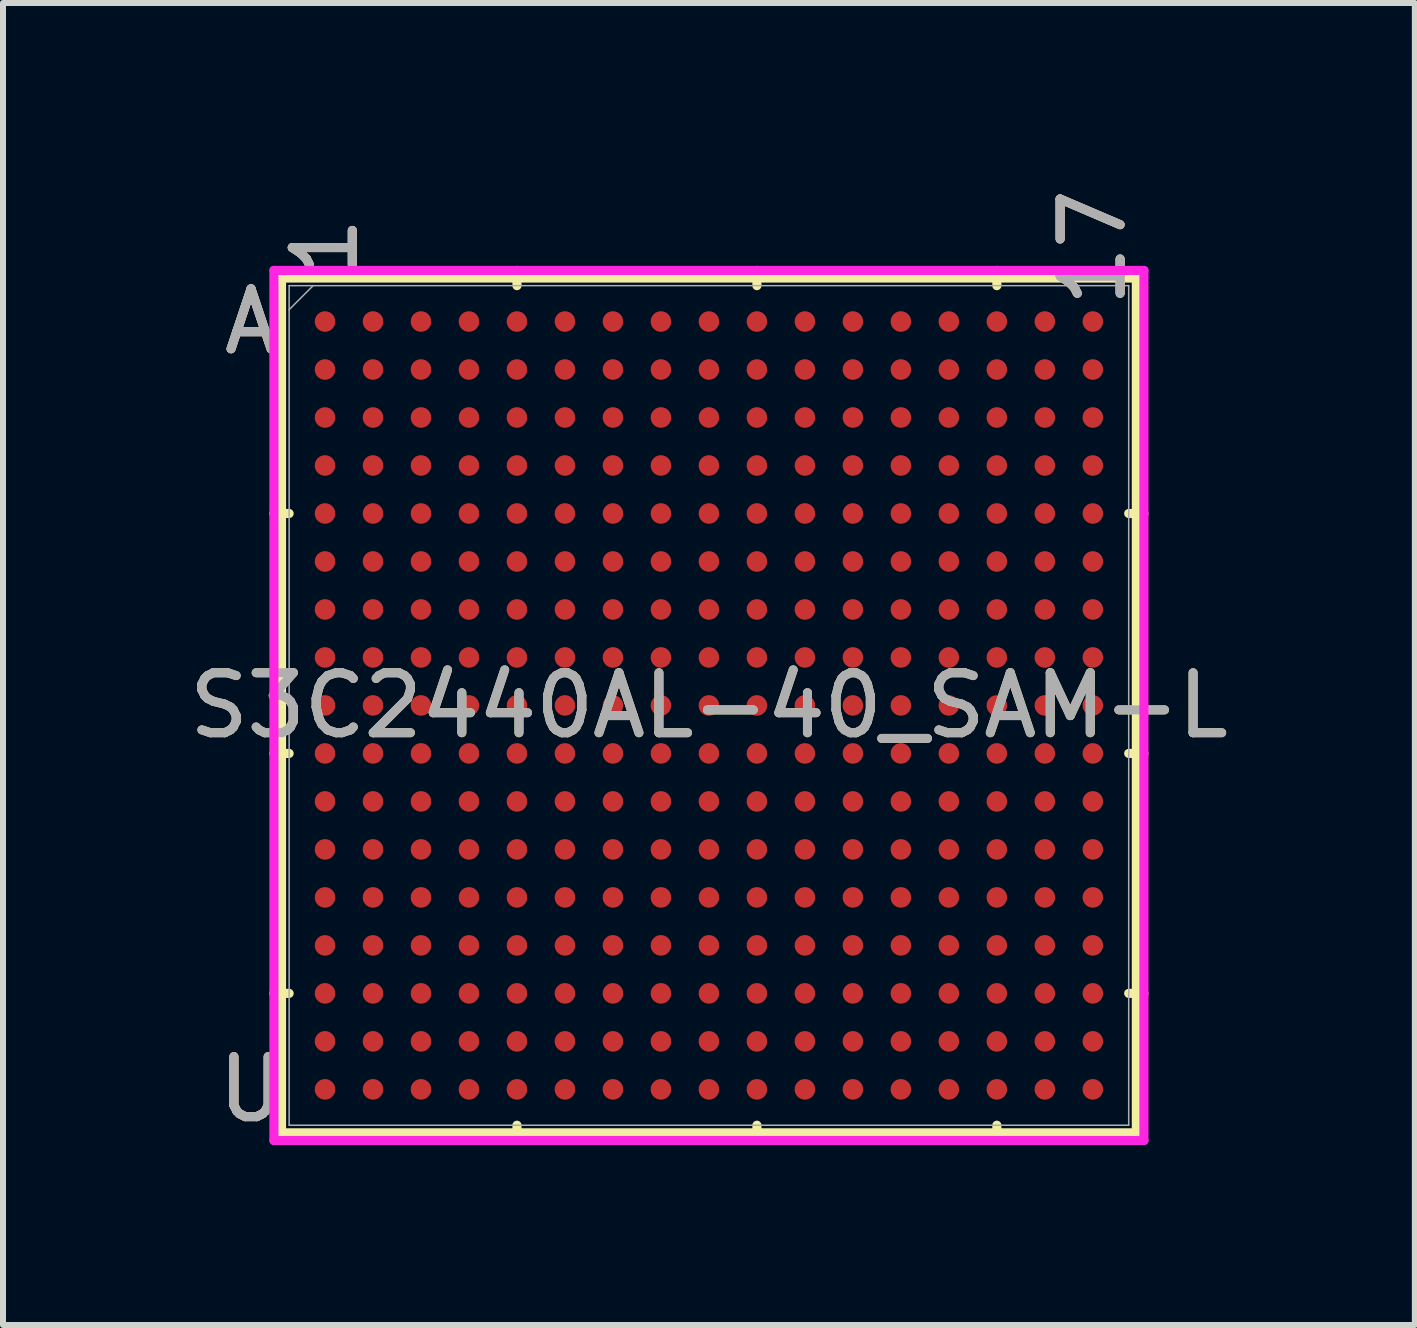
<source format=kicad_pcb>
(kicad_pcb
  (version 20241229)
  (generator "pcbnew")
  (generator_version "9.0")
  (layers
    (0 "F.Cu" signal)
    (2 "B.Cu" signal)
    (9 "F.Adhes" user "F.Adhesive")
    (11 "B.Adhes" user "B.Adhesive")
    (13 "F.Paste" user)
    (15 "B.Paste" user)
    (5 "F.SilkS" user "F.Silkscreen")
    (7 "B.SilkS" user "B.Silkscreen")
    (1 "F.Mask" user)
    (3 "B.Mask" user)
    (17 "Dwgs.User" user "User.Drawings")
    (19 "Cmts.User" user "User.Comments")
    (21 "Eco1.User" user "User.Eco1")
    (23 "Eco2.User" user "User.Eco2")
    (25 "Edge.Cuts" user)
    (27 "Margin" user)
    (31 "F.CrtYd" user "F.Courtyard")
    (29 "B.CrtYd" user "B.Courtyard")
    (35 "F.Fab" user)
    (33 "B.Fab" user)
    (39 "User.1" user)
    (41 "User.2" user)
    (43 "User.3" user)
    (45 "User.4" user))
  (footprint "S3C2440AL-40_SAM-L"
    (layer "F.Cu")
    (at 8.768 8.71)
    (property "Reference" "S3C2440AL-40_SAM-L" (at 0 0 0) (unlocked yes) (layer "F.SilkS") (effects (font (size 1 1) (thickness 0.15))))
    (attr smd)
    (fp_line (start -7.125 -7.125) (end -7.125 7.125) (stroke (width 0.152) (type solid)) (layer "F.SilkS"))
    (fp_line (start -7.125 7.125) (end 7.125 7.125) (stroke (width 0.152) (type solid)) (layer "F.SilkS"))
    (fp_line (start -6.998 -3.2) (end -7.252 -3.2) (stroke (width 0.152) (type solid)) (layer "F.SilkS"))
    (fp_line (start -6.998 0.8) (end -7.252 0.8) (stroke (width 0.152) (type solid)) (layer "F.SilkS"))
    (fp_line (start -6.998 4.8) (end -7.252 4.8) (stroke (width 0.152) (type solid)) (layer "F.SilkS"))
    (fp_line (start -3.2 -6.998) (end -3.2 -7.252) (stroke (width 0.152) (type solid)) (layer "F.SilkS"))
    (fp_line (start -3.2 6.998) (end -3.2 7.252) (stroke (width 0.152) (type solid)) (layer "F.SilkS"))
    (fp_line (start 0.8 -6.998) (end 0.8 -7.252) (stroke (width 0.152) (type solid)) (layer "F.SilkS"))
    (fp_line (start 0.8 6.998) (end 0.8 7.252) (stroke (width 0.152) (type solid)) (layer "F.SilkS"))
    (fp_line (start 4.8 -6.998) (end 4.8 -7.252) (stroke (width 0.152) (type solid)) (layer "F.SilkS"))
    (fp_line (start 4.8 6.998) (end 4.8 7.252) (stroke (width 0.152) (type solid)) (layer "F.SilkS"))
    (fp_line (start 6.998 -3.2) (end 7.252 -3.2) (stroke (width 0.152) (type solid)) (layer "F.SilkS"))
    (fp_line (start 6.998 0.8) (end 7.252 0.8) (stroke (width 0.152) (type solid)) (layer "F.SilkS"))
    (fp_line (start 6.998 4.8) (end 7.252 4.8) (stroke (width 0.152) (type solid)) (layer "F.SilkS"))
    (fp_line (start 7.125 -7.125) (end -7.125 -7.125) (stroke (width 0.152) (type solid)) (layer "F.SilkS"))
    (fp_line (start 7.125 7.125) (end 7.125 -7.125) (stroke (width 0.152) (type solid)) (layer "F.SilkS"))
    (fp_poly (pts (xy -7.245 -7.245) (xy 7.245 -7.245) (xy 7.245 7.245) (xy -7.245 7.245)) (stroke (width 0.1) (type solid)) (fill no) (layer "Eco2.User"))
    (fp_line (start -7.252 -7.252) (end 7.252 -7.252) (stroke (width 0.152) (type solid)) (layer "F.CrtYd"))
    (fp_line (start -7.252 7.252) (end -7.252 -7.252) (stroke (width 0.152) (type solid)) (layer "F.CrtYd"))
    (fp_line (start 7.252 -7.252) (end 7.252 7.252) (stroke (width 0.152) (type solid)) (layer "F.CrtYd"))
    (fp_line (start 7.252 7.252) (end -7.252 7.252) (stroke (width 0.152) (type solid)) (layer "F.CrtYd"))
    (fp_line (start -6.998 -6.998) (end -6.998 6.998) (stroke (width 0.025) (type solid)) (layer "F.Fab"))
    (fp_line (start -6.998 6.998) (end 6.998 6.998) (stroke (width 0.025) (type solid)) (layer "F.Fab"))
    (fp_line (start -6.598 -6.998) (end -6.998 -6.598) (stroke (width 0.025) (type solid)) (layer "F.Fab"))
    (fp_line (start 6.998 -6.998) (end -6.998 -6.998) (stroke (width 0.025) (type solid)) (layer "F.Fab"))
    (fp_line (start 6.998 6.998) (end 6.998 -6.998) (stroke (width 0.025) (type solid)) (layer "F.Fab"))
    (fp_text user "17" (at 6.4 -7.633 90) (unlocked yes) (layer "F.SilkS") (effects (font (size 1 1) (thickness 0.15))))
    (fp_text user "U" (at -7.633 6.4 0) (unlocked yes) (layer "F.SilkS") (effects (font (size 1 1) (thickness 0.15))))
    (fp_text user "1" (at -6.4 -7.633 90) (unlocked yes) (layer "F.SilkS") (effects (font (size 1 1) (thickness 0.15))))
    (fp_text user "A" (at -7.633 -6.4 0) (unlocked yes) (layer "F.SilkS") (effects (font (size 1 1) (thickness 0.15))))
    (fp_text user "U" (at -7.633 6.4 0) (unlocked yes) (layer "B.SilkS") (effects (font (size 1 1) (thickness 0.15))))
    (fp_text user "A" (at -7.633 -6.4 0) (unlocked yes) (layer "B.SilkS") (effects (font (size 1 1) (thickness 0.15))))
    (fp_text user "1" (at -6.4 -7.633 90) (unlocked yes) (layer "B.SilkS") (effects (font (size 1 1) (thickness 0.15))))
    (fp_text user "17" (at 6.4 -7.633 90) (unlocked yes) (layer "B.SilkS") (effects (font (size 1 1) (thickness 0.15))))
    (fp_text user "A" (at -7.633 -6.4 0) (unlocked yes) (layer "F.Fab") (effects (font (size 1 1) (thickness 0.15))))
    (fp_text user "U" (at -7.633 6.4 0) (unlocked yes) (layer "F.Fab") (effects (font (size 1 1) (thickness 0.15))))
    (fp_text user "${REFERENCE}" (at 0 0 0) (unlocked yes) (layer "F.Fab") (effects (font (size 1 1) (thickness 0.15))))
    (fp_text user "1" (at -6.4 -7.633 90) (unlocked yes) (layer "F.Fab") (effects (font (size 1 1) (thickness 0.15))))
    (fp_text user "17" (at 6.4 -7.633 90) (unlocked yes) (layer "F.Fab") (effects (font (size 1 1) (thickness 0.15))))
    (pad "A1" smd circle (at -6.4 -6.4) (size 0.343 0.343) (layers "F.Cu" "F.Mask" "F.Paste"))
    (pad "A2" smd circle (at -5.6 -6.4) (size 0.343 0.343) (layers "F.Cu" "F.Mask" "F.Paste"))
    (pad "A3" smd circle (at -4.8 -6.4) (size 0.343 0.343) (layers "F.Cu" "F.Mask" "F.Paste"))
    (pad "A4" smd circle (at -4 -6.4) (size 0.343 0.343) (layers "F.Cu" "F.Mask" "F.Paste"))
    (pad "A5" smd circle (at -3.2 -6.4) (size 0.343 0.343) (layers "F.Cu" "F.Mask" "F.Paste"))
    (pad "A6" smd circle (at -2.4 -6.4) (size 0.343 0.343) (layers "F.Cu" "F.Mask" "F.Paste"))
    (pad "A7" smd circle (at -1.6 -6.4) (size 0.343 0.343) (layers "F.Cu" "F.Mask" "F.Paste"))
    (pad "A8" smd circle (at -0.8 -6.4) (size 0.343 0.343) (layers "F.Cu" "F.Mask" "F.Paste"))
    (pad "A9" smd circle (at 0 -6.4) (size 0.343 0.343) (layers "F.Cu" "F.Mask" "F.Paste"))
    (pad "A10" smd circle (at 0.8 -6.4) (size 0.343 0.343) (layers "F.Cu" "F.Mask" "F.Paste"))
    (pad "A11" smd circle (at 1.6 -6.4) (size 0.343 0.343) (layers "F.Cu" "F.Mask" "F.Paste"))
    (pad "A12" smd circle (at 2.4 -6.4) (size 0.343 0.343) (layers "F.Cu" "F.Mask" "F.Paste"))
    (pad "A13" smd circle (at 3.2 -6.4) (size 0.343 0.343) (layers "F.Cu" "F.Mask" "F.Paste"))
    (pad "A14" smd circle (at 4 -6.4) (size 0.343 0.343) (layers "F.Cu" "F.Mask" "F.Paste"))
    (pad "A15" smd circle (at 4.8 -6.4) (size 0.343 0.343) (layers "F.Cu" "F.Mask" "F.Paste"))
    (pad "A16" smd circle (at 5.6 -6.4) (size 0.343 0.343) (layers "F.Cu" "F.Mask" "F.Paste"))
    (pad "A17" smd circle (at 6.4 -6.4) (size 0.343 0.343) (layers "F.Cu" "F.Mask" "F.Paste"))
    (pad "B1" smd circle (at -6.4 -5.6) (size 0.343 0.343) (layers "F.Cu" "F.Mask" "F.Paste"))
    (pad "B2" smd circle (at -5.6 -5.6) (size 0.343 0.343) (layers "F.Cu" "F.Mask" "F.Paste"))
    (pad "B3" smd circle (at -4.8 -5.6) (size 0.343 0.343) (layers "F.Cu" "F.Mask" "F.Paste"))
    (pad "B4" smd circle (at -4 -5.6) (size 0.343 0.343) (layers "F.Cu" "F.Mask" "F.Paste"))
    (pad "B5" smd circle (at -3.2 -5.6) (size 0.343 0.343) (layers "F.Cu" "F.Mask" "F.Paste"))
    (pad "B6" smd circle (at -2.4 -5.6) (size 0.343 0.343) (layers "F.Cu" "F.Mask" "F.Paste"))
    (pad "B7" smd circle (at -1.6 -5.6) (size 0.343 0.343) (layers "F.Cu" "F.Mask" "F.Paste"))
    (pad "B8" smd circle (at -0.8 -5.6) (size 0.343 0.343) (layers "F.Cu" "F.Mask" "F.Paste"))
    (pad "B9" smd circle (at 0 -5.6) (size 0.343 0.343) (layers "F.Cu" "F.Mask" "F.Paste"))
    (pad "B10" smd circle (at 0.8 -5.6) (size 0.343 0.343) (layers "F.Cu" "F.Mask" "F.Paste"))
    (pad "B11" smd circle (at 1.6 -5.6) (size 0.343 0.343) (layers "F.Cu" "F.Mask" "F.Paste"))
    (pad "B12" smd circle (at 2.4 -5.6) (size 0.343 0.343) (layers "F.Cu" "F.Mask" "F.Paste"))
    (pad "B13" smd circle (at 3.2 -5.6) (size 0.343 0.343) (layers "F.Cu" "F.Mask" "F.Paste"))
    (pad "B14" smd circle (at 4 -5.6) (size 0.343 0.343) (layers "F.Cu" "F.Mask" "F.Paste"))
    (pad "B15" smd circle (at 4.8 -5.6) (size 0.343 0.343) (layers "F.Cu" "F.Mask" "F.Paste"))
    (pad "B16" smd circle (at 5.6 -5.6) (size 0.343 0.343) (layers "F.Cu" "F.Mask" "F.Paste"))
    (pad "B17" smd circle (at 6.4 -5.6) (size 0.343 0.343) (layers "F.Cu" "F.Mask" "F.Paste"))
    (pad "C1" smd circle (at -6.4 -4.8) (size 0.343 0.343) (layers "F.Cu" "F.Mask" "F.Paste"))
    (pad "C2" smd circle (at -5.6 -4.8) (size 0.343 0.343) (layers "F.Cu" "F.Mask" "F.Paste"))
    (pad "C3" smd circle (at -4.8 -4.8) (size 0.343 0.343) (layers "F.Cu" "F.Mask" "F.Paste"))
    (pad "C4" smd circle (at -4 -4.8) (size 0.343 0.343) (layers "F.Cu" "F.Mask" "F.Paste"))
    (pad "C5" smd circle (at -3.2 -4.8) (size 0.343 0.343) (layers "F.Cu" "F.Mask" "F.Paste"))
    (pad "C6" smd circle (at -2.4 -4.8) (size 0.343 0.343) (layers "F.Cu" "F.Mask" "F.Paste"))
    (pad "C7" smd circle (at -1.6 -4.8) (size 0.343 0.343) (layers "F.Cu" "F.Mask" "F.Paste"))
    (pad "C8" smd circle (at -0.8 -4.8) (size 0.343 0.343) (layers "F.Cu" "F.Mask" "F.Paste"))
    (pad "C9" smd circle (at 0 -4.8) (size 0.343 0.343) (layers "F.Cu" "F.Mask" "F.Paste"))
    (pad "C10" smd circle (at 0.8 -4.8) (size 0.343 0.343) (layers "F.Cu" "F.Mask" "F.Paste"))
    (pad "C11" smd circle (at 1.6 -4.8) (size 0.343 0.343) (layers "F.Cu" "F.Mask" "F.Paste"))
    (pad "C12" smd circle (at 2.4 -4.8) (size 0.343 0.343) (layers "F.Cu" "F.Mask" "F.Paste"))
    (pad "C13" smd circle (at 3.2 -4.8) (size 0.343 0.343) (layers "F.Cu" "F.Mask" "F.Paste"))
    (pad "C14" smd circle (at 4 -4.8) (size 0.343 0.343) (layers "F.Cu" "F.Mask" "F.Paste"))
    (pad "C15" smd circle (at 4.8 -4.8) (size 0.343 0.343) (layers "F.Cu" "F.Mask" "F.Paste"))
    (pad "C16" smd circle (at 5.6 -4.8) (size 0.343 0.343) (layers "F.Cu" "F.Mask" "F.Paste"))
    (pad "C17" smd circle (at 6.4 -4.8) (size 0.343 0.343) (layers "F.Cu" "F.Mask" "F.Paste"))
    (pad "D1" smd circle (at -6.4 -4) (size 0.343 0.343) (layers "F.Cu" "F.Mask" "F.Paste"))
    (pad "D2" smd circle (at -5.6 -4) (size 0.343 0.343) (layers "F.Cu" "F.Mask" "F.Paste"))
    (pad "D3" smd circle (at -4.8 -4) (size 0.343 0.343) (layers "F.Cu" "F.Mask" "F.Paste"))
    (pad "D4" smd circle (at -4 -4) (size 0.343 0.343) (layers "F.Cu" "F.Mask" "F.Paste"))
    (pad "D5" smd circle (at -3.2 -4) (size 0.343 0.343) (layers "F.Cu" "F.Mask" "F.Paste"))
    (pad "D6" smd circle (at -2.4 -4) (size 0.343 0.343) (layers "F.Cu" "F.Mask" "F.Paste"))
    (pad "D7" smd circle (at -1.6 -4) (size 0.343 0.343) (layers "F.Cu" "F.Mask" "F.Paste"))
    (pad "D8" smd circle (at -0.8 -4) (size 0.343 0.343) (layers "F.Cu" "F.Mask" "F.Paste"))
    (pad "D9" smd circle (at 0 -4) (size 0.343 0.343) (layers "F.Cu" "F.Mask" "F.Paste"))
    (pad "D10" smd circle (at 0.8 -4) (size 0.343 0.343) (layers "F.Cu" "F.Mask" "F.Paste"))
    (pad "D11" smd circle (at 1.6 -4) (size 0.343 0.343) (layers "F.Cu" "F.Mask" "F.Paste"))
    (pad "D12" smd circle (at 2.4 -4) (size 0.343 0.343) (layers "F.Cu" "F.Mask" "F.Paste"))
    (pad "D13" smd circle (at 3.2 -4) (size 0.343 0.343) (layers "F.Cu" "F.Mask" "F.Paste"))
    (pad "D14" smd circle (at 4 -4) (size 0.343 0.343) (layers "F.Cu" "F.Mask" "F.Paste"))
    (pad "D15" smd circle (at 4.8 -4) (size 0.343 0.343) (layers "F.Cu" "F.Mask" "F.Paste"))
    (pad "D16" smd circle (at 5.6 -4) (size 0.343 0.343) (layers "F.Cu" "F.Mask" "F.Paste"))
    (pad "D17" smd circle (at 6.4 -4) (size 0.343 0.343) (layers "F.Cu" "F.Mask" "F.Paste"))
    (pad "E1" smd circle (at -6.4 -3.2) (size 0.343 0.343) (layers "F.Cu" "F.Mask" "F.Paste"))
    (pad "E2" smd circle (at -5.6 -3.2) (size 0.343 0.343) (layers "F.Cu" "F.Mask" "F.Paste"))
    (pad "E3" smd circle (at -4.8 -3.2) (size 0.343 0.343) (layers "F.Cu" "F.Mask" "F.Paste"))
    (pad "E4" smd circle (at -4 -3.2) (size 0.343 0.343) (layers "F.Cu" "F.Mask" "F.Paste"))
    (pad "E5" smd circle (at -3.2 -3.2) (size 0.343 0.343) (layers "F.Cu" "F.Mask" "F.Paste"))
    (pad "E6" smd circle (at -2.4 -3.2) (size 0.343 0.343) (layers "F.Cu" "F.Mask" "F.Paste"))
    (pad "E7" smd circle (at -1.6 -3.2) (size 0.343 0.343) (layers "F.Cu" "F.Mask" "F.Paste"))
    (pad "E8" smd circle (at -0.8 -3.2) (size 0.343 0.343) (layers "F.Cu" "F.Mask" "F.Paste"))
    (pad "E9" smd circle (at 0 -3.2) (size 0.343 0.343) (layers "F.Cu" "F.Mask" "F.Paste"))
    (pad "E10" smd circle (at 0.8 -3.2) (size 0.343 0.343) (layers "F.Cu" "F.Mask" "F.Paste"))
    (pad "E11" smd circle (at 1.6 -3.2) (size 0.343 0.343) (layers "F.Cu" "F.Mask" "F.Paste"))
    (pad "E12" smd circle (at 2.4 -3.2) (size 0.343 0.343) (layers "F.Cu" "F.Mask" "F.Paste"))
    (pad "E13" smd circle (at 3.2 -3.2) (size 0.343 0.343) (layers "F.Cu" "F.Mask" "F.Paste"))
    (pad "E14" smd circle (at 4 -3.2) (size 0.343 0.343) (layers "F.Cu" "F.Mask" "F.Paste"))
    (pad "E15" smd circle (at 4.8 -3.2) (size 0.343 0.343) (layers "F.Cu" "F.Mask" "F.Paste"))
    (pad "E16" smd circle (at 5.6 -3.2) (size 0.343 0.343) (layers "F.Cu" "F.Mask" "F.Paste"))
    (pad "E17" smd circle (at 6.4 -3.2) (size 0.343 0.343) (layers "F.Cu" "F.Mask" "F.Paste"))
    (pad "F1" smd circle (at -6.4 -2.4) (size 0.343 0.343) (layers "F.Cu" "F.Mask" "F.Paste"))
    (pad "F2" smd circle (at -5.6 -2.4) (size 0.343 0.343) (layers "F.Cu" "F.Mask" "F.Paste"))
    (pad "F3" smd circle (at -4.8 -2.4) (size 0.343 0.343) (layers "F.Cu" "F.Mask" "F.Paste"))
    (pad "F4" smd circle (at -4 -2.4) (size 0.343 0.343) (layers "F.Cu" "F.Mask" "F.Paste"))
    (pad "F5" smd circle (at -3.2 -2.4) (size 0.343 0.343) (layers "F.Cu" "F.Mask" "F.Paste"))
    (pad "F6" smd circle (at -2.4 -2.4) (size 0.343 0.343) (layers "F.Cu" "F.Mask" "F.Paste"))
    (pad "F7" smd circle (at -1.6 -2.4) (size 0.343 0.343) (layers "F.Cu" "F.Mask" "F.Paste"))
    (pad "F8" smd circle (at -0.8 -2.4) (size 0.343 0.343) (layers "F.Cu" "F.Mask" "F.Paste"))
    (pad "F9" smd circle (at 0 -2.4) (size 0.343 0.343) (layers "F.Cu" "F.Mask" "F.Paste"))
    (pad "F10" smd circle (at 0.8 -2.4) (size 0.343 0.343) (layers "F.Cu" "F.Mask" "F.Paste"))
    (pad "F11" smd circle (at 1.6 -2.4) (size 0.343 0.343) (layers "F.Cu" "F.Mask" "F.Paste"))
    (pad "F12" smd circle (at 2.4 -2.4) (size 0.343 0.343) (layers "F.Cu" "F.Mask" "F.Paste"))
    (pad "F13" smd circle (at 3.2 -2.4) (size 0.343 0.343) (layers "F.Cu" "F.Mask" "F.Paste"))
    (pad "F14" smd circle (at 4 -2.4) (size 0.343 0.343) (layers "F.Cu" "F.Mask" "F.Paste"))
    (pad "F15" smd circle (at 4.8 -2.4) (size 0.343 0.343) (layers "F.Cu" "F.Mask" "F.Paste"))
    (pad "F16" smd circle (at 5.6 -2.4) (size 0.343 0.343) (layers "F.Cu" "F.Mask" "F.Paste"))
    (pad "F17" smd circle (at 6.4 -2.4) (size 0.343 0.343) (layers "F.Cu" "F.Mask" "F.Paste"))
    (pad "G1" smd circle (at -6.4 -1.6) (size 0.343 0.343) (layers "F.Cu" "F.Mask" "F.Paste"))
    (pad "G2" smd circle (at -5.6 -1.6) (size 0.343 0.343) (layers "F.Cu" "F.Mask" "F.Paste"))
    (pad "G3" smd circle (at -4.8 -1.6) (size 0.343 0.343) (layers "F.Cu" "F.Mask" "F.Paste"))
    (pad "G4" smd circle (at -4 -1.6) (size 0.343 0.343) (layers "F.Cu" "F.Mask" "F.Paste"))
    (pad "G5" smd circle (at -3.2 -1.6) (size 0.343 0.343) (layers "F.Cu" "F.Mask" "F.Paste"))
    (pad "G6" smd circle (at -2.4 -1.6) (size 0.343 0.343) (layers "F.Cu" "F.Mask" "F.Paste"))
    (pad "G7" smd circle (at -1.6 -1.6) (size 0.343 0.343) (layers "F.Cu" "F.Mask" "F.Paste"))
    (pad "G8" smd circle (at -0.8 -1.6) (size 0.343 0.343) (layers "F.Cu" "F.Mask" "F.Paste"))
    (pad "G9" smd circle (at 0 -1.6) (size 0.343 0.343) (layers "F.Cu" "F.Mask" "F.Paste"))
    (pad "G10" smd circle (at 0.8 -1.6) (size 0.343 0.343) (layers "F.Cu" "F.Mask" "F.Paste"))
    (pad "G11" smd circle (at 1.6 -1.6) (size 0.343 0.343) (layers "F.Cu" "F.Mask" "F.Paste"))
    (pad "G12" smd circle (at 2.4 -1.6) (size 0.343 0.343) (layers "F.Cu" "F.Mask" "F.Paste"))
    (pad "G13" smd circle (at 3.2 -1.6) (size 0.343 0.343) (layers "F.Cu" "F.Mask" "F.Paste"))
    (pad "G14" smd circle (at 4 -1.6) (size 0.343 0.343) (layers "F.Cu" "F.Mask" "F.Paste"))
    (pad "G15" smd circle (at 4.8 -1.6) (size 0.343 0.343) (layers "F.Cu" "F.Mask" "F.Paste"))
    (pad "G16" smd circle (at 5.6 -1.6) (size 0.343 0.343) (layers "F.Cu" "F.Mask" "F.Paste"))
    (pad "G17" smd circle (at 6.4 -1.6) (size 0.343 0.343) (layers "F.Cu" "F.Mask" "F.Paste"))
    (pad "H1" smd circle (at -6.4 -0.8) (size 0.343 0.343) (layers "F.Cu" "F.Mask" "F.Paste"))
    (pad "H2" smd circle (at -5.6 -0.8) (size 0.343 0.343) (layers "F.Cu" "F.Mask" "F.Paste"))
    (pad "H3" smd circle (at -4.8 -0.8) (size 0.343 0.343) (layers "F.Cu" "F.Mask" "F.Paste"))
    (pad "H4" smd circle (at -4 -0.8) (size 0.343 0.343) (layers "F.Cu" "F.Mask" "F.Paste"))
    (pad "H5" smd circle (at -3.2 -0.8) (size 0.343 0.343) (layers "F.Cu" "F.Mask" "F.Paste"))
    (pad "H6" smd circle (at -2.4 -0.8) (size 0.343 0.343) (layers "F.Cu" "F.Mask" "F.Paste"))
    (pad "H7" smd circle (at -1.6 -0.8) (size 0.343 0.343) (layers "F.Cu" "F.Mask" "F.Paste"))
    (pad "H8" smd circle (at -0.8 -0.8) (size 0.343 0.343) (layers "F.Cu" "F.Mask" "F.Paste"))
    (pad "H9" smd circle (at 0 -0.8) (size 0.343 0.343) (layers "F.Cu" "F.Mask" "F.Paste"))
    (pad "H10" smd circle (at 0.8 -0.8) (size 0.343 0.343) (layers "F.Cu" "F.Mask" "F.Paste"))
    (pad "H11" smd circle (at 1.6 -0.8) (size 0.343 0.343) (layers "F.Cu" "F.Mask" "F.Paste"))
    (pad "H12" smd circle (at 2.4 -0.8) (size 0.343 0.343) (layers "F.Cu" "F.Mask" "F.Paste"))
    (pad "H13" smd circle (at 3.2 -0.8) (size 0.343 0.343) (layers "F.Cu" "F.Mask" "F.Paste"))
    (pad "H14" smd circle (at 4 -0.8) (size 0.343 0.343) (layers "F.Cu" "F.Mask" "F.Paste"))
    (pad "H15" smd circle (at 4.8 -0.8) (size 0.343 0.343) (layers "F.Cu" "F.Mask" "F.Paste"))
    (pad "H16" smd circle (at 5.6 -0.8) (size 0.343 0.343) (layers "F.Cu" "F.Mask" "F.Paste"))
    (pad "H17" smd circle (at 6.4 -0.8) (size 0.343 0.343) (layers "F.Cu" "F.Mask" "F.Paste"))
    (pad "J1" smd circle (at -6.4 0) (size 0.343 0.343) (layers "F.Cu" "F.Mask" "F.Paste"))
    (pad "J2" smd circle (at -5.6 0) (size 0.343 0.343) (layers "F.Cu" "F.Mask" "F.Paste"))
    (pad "J3" smd circle (at -4.8 0) (size 0.343 0.343) (layers "F.Cu" "F.Mask" "F.Paste"))
    (pad "J4" smd circle (at -4 0) (size 0.343 0.343) (layers "F.Cu" "F.Mask" "F.Paste"))
    (pad "J5" smd circle (at -3.2 0) (size 0.343 0.343) (layers "F.Cu" "F.Mask" "F.Paste"))
    (pad "J6" smd circle (at -2.4 0) (size 0.343 0.343) (layers "F.Cu" "F.Mask" "F.Paste"))
    (pad "J7" smd circle (at -1.6 0) (size 0.343 0.343) (layers "F.Cu" "F.Mask" "F.Paste"))
    (pad "J8" smd circle (at -0.8 0) (size 0.343 0.343) (layers "F.Cu" "F.Mask" "F.Paste"))
    (pad "J9" smd circle (at 0 0) (size 0.343 0.343) (layers "F.Cu" "F.Mask" "F.Paste"))
    (pad "J10" smd circle (at 0.8 0) (size 0.343 0.343) (layers "F.Cu" "F.Mask" "F.Paste"))
    (pad "J11" smd circle (at 1.6 0) (size 0.343 0.343) (layers "F.Cu" "F.Mask" "F.Paste"))
    (pad "J12" smd circle (at 2.4 0) (size 0.343 0.343) (layers "F.Cu" "F.Mask" "F.Paste"))
    (pad "J13" smd circle (at 3.2 0) (size 0.343 0.343) (layers "F.Cu" "F.Mask" "F.Paste"))
    (pad "J14" smd circle (at 4 0) (size 0.343 0.343) (layers "F.Cu" "F.Mask" "F.Paste"))
    (pad "J15" smd circle (at 4.8 0) (size 0.343 0.343) (layers "F.Cu" "F.Mask" "F.Paste"))
    (pad "J16" smd circle (at 5.6 0) (size 0.343 0.343) (layers "F.Cu" "F.Mask" "F.Paste"))
    (pad "J17" smd circle (at 6.4 0) (size 0.343 0.343) (layers "F.Cu" "F.Mask" "F.Paste"))
    (pad "K1" smd circle (at -6.4 0.8) (size 0.343 0.343) (layers "F.Cu" "F.Mask" "F.Paste"))
    (pad "K2" smd circle (at -5.6 0.8) (size 0.343 0.343) (layers "F.Cu" "F.Mask" "F.Paste"))
    (pad "K3" smd circle (at -4.8 0.8) (size 0.343 0.343) (layers "F.Cu" "F.Mask" "F.Paste"))
    (pad "K4" smd circle (at -4 0.8) (size 0.343 0.343) (layers "F.Cu" "F.Mask" "F.Paste"))
    (pad "K5" smd circle (at -3.2 0.8) (size 0.343 0.343) (layers "F.Cu" "F.Mask" "F.Paste"))
    (pad "K6" smd circle (at -2.4 0.8) (size 0.343 0.343) (layers "F.Cu" "F.Mask" "F.Paste"))
    (pad "K7" smd circle (at -1.6 0.8) (size 0.343 0.343) (layers "F.Cu" "F.Mask" "F.Paste"))
    (pad "K8" smd circle (at -0.8 0.8) (size 0.343 0.343) (layers "F.Cu" "F.Mask" "F.Paste"))
    (pad "K9" smd circle (at 0 0.8) (size 0.343 0.343) (layers "F.Cu" "F.Mask" "F.Paste"))
    (pad "K10" smd circle (at 0.8 0.8) (size 0.343 0.343) (layers "F.Cu" "F.Mask" "F.Paste"))
    (pad "K11" smd circle (at 1.6 0.8) (size 0.343 0.343) (layers "F.Cu" "F.Mask" "F.Paste"))
    (pad "K12" smd circle (at 2.4 0.8) (size 0.343 0.343) (layers "F.Cu" "F.Mask" "F.Paste"))
    (pad "K13" smd circle (at 3.2 0.8) (size 0.343 0.343) (layers "F.Cu" "F.Mask" "F.Paste"))
    (pad "K14" smd circle (at 4 0.8) (size 0.343 0.343) (layers "F.Cu" "F.Mask" "F.Paste"))
    (pad "K15" smd circle (at 4.8 0.8) (size 0.343 0.343) (layers "F.Cu" "F.Mask" "F.Paste"))
    (pad "K16" smd circle (at 5.6 0.8) (size 0.343 0.343) (layers "F.Cu" "F.Mask" "F.Paste"))
    (pad "K17" smd circle (at 6.4 0.8) (size 0.343 0.343) (layers "F.Cu" "F.Mask" "F.Paste"))
    (pad "L1" smd circle (at -6.4 1.6) (size 0.343 0.343) (layers "F.Cu" "F.Mask" "F.Paste"))
    (pad "L2" smd circle (at -5.6 1.6) (size 0.343 0.343) (layers "F.Cu" "F.Mask" "F.Paste"))
    (pad "L3" smd circle (at -4.8 1.6) (size 0.343 0.343) (layers "F.Cu" "F.Mask" "F.Paste"))
    (pad "L4" smd circle (at -4 1.6) (size 0.343 0.343) (layers "F.Cu" "F.Mask" "F.Paste"))
    (pad "L5" smd circle (at -3.2 1.6) (size 0.343 0.343) (layers "F.Cu" "F.Mask" "F.Paste"))
    (pad "L6" smd circle (at -2.4 1.6) (size 0.343 0.343) (layers "F.Cu" "F.Mask" "F.Paste"))
    (pad "L7" smd circle (at -1.6 1.6) (size 0.343 0.343) (layers "F.Cu" "F.Mask" "F.Paste"))
    (pad "L8" smd circle (at -0.8 1.6) (size 0.343 0.343) (layers "F.Cu" "F.Mask" "F.Paste"))
    (pad "L9" smd circle (at 0 1.6) (size 0.343 0.343) (layers "F.Cu" "F.Mask" "F.Paste"))
    (pad "L10" smd circle (at 0.8 1.6) (size 0.343 0.343) (layers "F.Cu" "F.Mask" "F.Paste"))
    (pad "L11" smd circle (at 1.6 1.6) (size 0.343 0.343) (layers "F.Cu" "F.Mask" "F.Paste"))
    (pad "L12" smd circle (at 2.4 1.6) (size 0.343 0.343) (layers "F.Cu" "F.Mask" "F.Paste"))
    (pad "L13" smd circle (at 3.2 1.6) (size 0.343 0.343) (layers "F.Cu" "F.Mask" "F.Paste"))
    (pad "L14" smd circle (at 4 1.6) (size 0.343 0.343) (layers "F.Cu" "F.Mask" "F.Paste"))
    (pad "L15" smd circle (at 4.8 1.6) (size 0.343 0.343) (layers "F.Cu" "F.Mask" "F.Paste"))
    (pad "L16" smd circle (at 5.6 1.6) (size 0.343 0.343) (layers "F.Cu" "F.Mask" "F.Paste"))
    (pad "L17" smd circle (at 6.4 1.6) (size 0.343 0.343) (layers "F.Cu" "F.Mask" "F.Paste"))
    (pad "M1" smd circle (at -6.4 2.4) (size 0.343 0.343) (layers "F.Cu" "F.Mask" "F.Paste"))
    (pad "M2" smd circle (at -5.6 2.4) (size 0.343 0.343) (layers "F.Cu" "F.Mask" "F.Paste"))
    (pad "M3" smd circle (at -4.8 2.4) (size 0.343 0.343) (layers "F.Cu" "F.Mask" "F.Paste"))
    (pad "M4" smd circle (at -4 2.4) (size 0.343 0.343) (layers "F.Cu" "F.Mask" "F.Paste"))
    (pad "M5" smd circle (at -3.2 2.4) (size 0.343 0.343) (layers "F.Cu" "F.Mask" "F.Paste"))
    (pad "M6" smd circle (at -2.4 2.4) (size 0.343 0.343) (layers "F.Cu" "F.Mask" "F.Paste"))
    (pad "M7" smd circle (at -1.6 2.4) (size 0.343 0.343) (layers "F.Cu" "F.Mask" "F.Paste"))
    (pad "M8" smd circle (at -0.8 2.4) (size 0.343 0.343) (layers "F.Cu" "F.Mask" "F.Paste"))
    (pad "M9" smd circle (at 0 2.4) (size 0.343 0.343) (layers "F.Cu" "F.Mask" "F.Paste"))
    (pad "M10" smd circle (at 0.8 2.4) (size 0.343 0.343) (layers "F.Cu" "F.Mask" "F.Paste"))
    (pad "M11" smd circle (at 1.6 2.4) (size 0.343 0.343) (layers "F.Cu" "F.Mask" "F.Paste"))
    (pad "M12" smd circle (at 2.4 2.4) (size 0.343 0.343) (layers "F.Cu" "F.Mask" "F.Paste"))
    (pad "M13" smd circle (at 3.2 2.4) (size 0.343 0.343) (layers "F.Cu" "F.Mask" "F.Paste"))
    (pad "M14" smd circle (at 4 2.4) (size 0.343 0.343) (layers "F.Cu" "F.Mask" "F.Paste"))
    (pad "M15" smd circle (at 4.8 2.4) (size 0.343 0.343) (layers "F.Cu" "F.Mask" "F.Paste"))
    (pad "M16" smd circle (at 5.6 2.4) (size 0.343 0.343) (layers "F.Cu" "F.Mask" "F.Paste"))
    (pad "M17" smd circle (at 6.4 2.4) (size 0.343 0.343) (layers "F.Cu" "F.Mask" "F.Paste"))
    (pad "N1" smd circle (at -6.4 3.2) (size 0.343 0.343) (layers "F.Cu" "F.Mask" "F.Paste"))
    (pad "N2" smd circle (at -5.6 3.2) (size 0.343 0.343) (layers "F.Cu" "F.Mask" "F.Paste"))
    (pad "N3" smd circle (at -4.8 3.2) (size 0.343 0.343) (layers "F.Cu" "F.Mask" "F.Paste"))
    (pad "N4" smd circle (at -4 3.2) (size 0.343 0.343) (layers "F.Cu" "F.Mask" "F.Paste"))
    (pad "N5" smd circle (at -3.2 3.2) (size 0.343 0.343) (layers "F.Cu" "F.Mask" "F.Paste"))
    (pad "N6" smd circle (at -2.4 3.2) (size 0.343 0.343) (layers "F.Cu" "F.Mask" "F.Paste"))
    (pad "N7" smd circle (at -1.6 3.2) (size 0.343 0.343) (layers "F.Cu" "F.Mask" "F.Paste"))
    (pad "N8" smd circle (at -0.8 3.2) (size 0.343 0.343) (layers "F.Cu" "F.Mask" "F.Paste"))
    (pad "N9" smd circle (at 0 3.2) (size 0.343 0.343) (layers "F.Cu" "F.Mask" "F.Paste"))
    (pad "N10" smd circle (at 0.8 3.2) (size 0.343 0.343) (layers "F.Cu" "F.Mask" "F.Paste"))
    (pad "N11" smd circle (at 1.6 3.2) (size 0.343 0.343) (layers "F.Cu" "F.Mask" "F.Paste"))
    (pad "N12" smd circle (at 2.4 3.2) (size 0.343 0.343) (layers "F.Cu" "F.Mask" "F.Paste"))
    (pad "N13" smd circle (at 3.2 3.2) (size 0.343 0.343) (layers "F.Cu" "F.Mask" "F.Paste"))
    (pad "N14" smd circle (at 4 3.2) (size 0.343 0.343) (layers "F.Cu" "F.Mask" "F.Paste"))
    (pad "N15" smd circle (at 4.8 3.2) (size 0.343 0.343) (layers "F.Cu" "F.Mask" "F.Paste"))
    (pad "N16" smd circle (at 5.6 3.2) (size 0.343 0.343) (layers "F.Cu" "F.Mask" "F.Paste"))
    (pad "N17" smd circle (at 6.4 3.2) (size 0.343 0.343) (layers "F.Cu" "F.Mask" "F.Paste"))
    (pad "P1" smd circle (at -6.4 4) (size 0.343 0.343) (layers "F.Cu" "F.Mask" "F.Paste"))
    (pad "P2" smd circle (at -5.6 4) (size 0.343 0.343) (layers "F.Cu" "F.Mask" "F.Paste"))
    (pad "P3" smd circle (at -4.8 4) (size 0.343 0.343) (layers "F.Cu" "F.Mask" "F.Paste"))
    (pad "P4" smd circle (at -4 4) (size 0.343 0.343) (layers "F.Cu" "F.Mask" "F.Paste"))
    (pad "P5" smd circle (at -3.2 4) (size 0.343 0.343) (layers "F.Cu" "F.Mask" "F.Paste"))
    (pad "P6" smd circle (at -2.4 4) (size 0.343 0.343) (layers "F.Cu" "F.Mask" "F.Paste"))
    (pad "P7" smd circle (at -1.6 4) (size 0.343 0.343) (layers "F.Cu" "F.Mask" "F.Paste"))
    (pad "P8" smd circle (at -0.8 4) (size 0.343 0.343) (layers "F.Cu" "F.Mask" "F.Paste"))
    (pad "P9" smd circle (at 0 4) (size 0.343 0.343) (layers "F.Cu" "F.Mask" "F.Paste"))
    (pad "P10" smd circle (at 0.8 4) (size 0.343 0.343) (layers "F.Cu" "F.Mask" "F.Paste"))
    (pad "P11" smd circle (at 1.6 4) (size 0.343 0.343) (layers "F.Cu" "F.Mask" "F.Paste"))
    (pad "P12" smd circle (at 2.4 4) (size 0.343 0.343) (layers "F.Cu" "F.Mask" "F.Paste"))
    (pad "P13" smd circle (at 3.2 4) (size 0.343 0.343) (layers "F.Cu" "F.Mask" "F.Paste"))
    (pad "P14" smd circle (at 4 4) (size 0.343 0.343) (layers "F.Cu" "F.Mask" "F.Paste"))
    (pad "P15" smd circle (at 4.8 4) (size 0.343 0.343) (layers "F.Cu" "F.Mask" "F.Paste"))
    (pad "P16" smd circle (at 5.6 4) (size 0.343 0.343) (layers "F.Cu" "F.Mask" "F.Paste"))
    (pad "P17" smd circle (at 6.4 4) (size 0.343 0.343) (layers "F.Cu" "F.Mask" "F.Paste"))
    (pad "R1" smd circle (at -6.4 4.8) (size 0.343 0.343) (layers "F.Cu" "F.Mask" "F.Paste"))
    (pad "R2" smd circle (at -5.6 4.8) (size 0.343 0.343) (layers "F.Cu" "F.Mask" "F.Paste"))
    (pad "R3" smd circle (at -4.8 4.8) (size 0.343 0.343) (layers "F.Cu" "F.Mask" "F.Paste"))
    (pad "R4" smd circle (at -4 4.8) (size 0.343 0.343) (layers "F.Cu" "F.Mask" "F.Paste"))
    (pad "R5" smd circle (at -3.2 4.8) (size 0.343 0.343) (layers "F.Cu" "F.Mask" "F.Paste"))
    (pad "R6" smd circle (at -2.4 4.8) (size 0.343 0.343) (layers "F.Cu" "F.Mask" "F.Paste"))
    (pad "R7" smd circle (at -1.6 4.8) (size 0.343 0.343) (layers "F.Cu" "F.Mask" "F.Paste"))
    (pad "R8" smd circle (at -0.8 4.8) (size 0.343 0.343) (layers "F.Cu" "F.Mask" "F.Paste"))
    (pad "R9" smd circle (at 0 4.8) (size 0.343 0.343) (layers "F.Cu" "F.Mask" "F.Paste"))
    (pad "R10" smd circle (at 0.8 4.8) (size 0.343 0.343) (layers "F.Cu" "F.Mask" "F.Paste"))
    (pad "R11" smd circle (at 1.6 4.8) (size 0.343 0.343) (layers "F.Cu" "F.Mask" "F.Paste"))
    (pad "R12" smd circle (at 2.4 4.8) (size 0.343 0.343) (layers "F.Cu" "F.Mask" "F.Paste"))
    (pad "R13" smd circle (at 3.2 4.8) (size 0.343 0.343) (layers "F.Cu" "F.Mask" "F.Paste"))
    (pad "R14" smd circle (at 4 4.8) (size 0.343 0.343) (layers "F.Cu" "F.Mask" "F.Paste"))
    (pad "R15" smd circle (at 4.8 4.8) (size 0.343 0.343) (layers "F.Cu" "F.Mask" "F.Paste"))
    (pad "R16" smd circle (at 5.6 4.8) (size 0.343 0.343) (layers "F.Cu" "F.Mask" "F.Paste"))
    (pad "R17" smd circle (at 6.4 4.8) (size 0.343 0.343) (layers "F.Cu" "F.Mask" "F.Paste"))
    (pad "T1" smd circle (at -6.4 5.6) (size 0.343 0.343) (layers "F.Cu" "F.Mask" "F.Paste"))
    (pad "T2" smd circle (at -5.6 5.6) (size 0.343 0.343) (layers "F.Cu" "F.Mask" "F.Paste"))
    (pad "T3" smd circle (at -4.8 5.6) (size 0.343 0.343) (layers "F.Cu" "F.Mask" "F.Paste"))
    (pad "T4" smd circle (at -4 5.6) (size 0.343 0.343) (layers "F.Cu" "F.Mask" "F.Paste"))
    (pad "T5" smd circle (at -3.2 5.6) (size 0.343 0.343) (layers "F.Cu" "F.Mask" "F.Paste"))
    (pad "T6" smd circle (at -2.4 5.6) (size 0.343 0.343) (layers "F.Cu" "F.Mask" "F.Paste"))
    (pad "T7" smd circle (at -1.6 5.6) (size 0.343 0.343) (layers "F.Cu" "F.Mask" "F.Paste"))
    (pad "T8" smd circle (at -0.8 5.6) (size 0.343 0.343) (layers "F.Cu" "F.Mask" "F.Paste"))
    (pad "T9" smd circle (at 0 5.6) (size 0.343 0.343) (layers "F.Cu" "F.Mask" "F.Paste"))
    (pad "T10" smd circle (at 0.8 5.6) (size 0.343 0.343) (layers "F.Cu" "F.Mask" "F.Paste"))
    (pad "T11" smd circle (at 1.6 5.6) (size 0.343 0.343) (layers "F.Cu" "F.Mask" "F.Paste"))
    (pad "T12" smd circle (at 2.4 5.6) (size 0.343 0.343) (layers "F.Cu" "F.Mask" "F.Paste"))
    (pad "T13" smd circle (at 3.2 5.6) (size 0.343 0.343) (layers "F.Cu" "F.Mask" "F.Paste"))
    (pad "T14" smd circle (at 4 5.6) (size 0.343 0.343) (layers "F.Cu" "F.Mask" "F.Paste"))
    (pad "T15" smd circle (at 4.8 5.6) (size 0.343 0.343) (layers "F.Cu" "F.Mask" "F.Paste"))
    (pad "T16" smd circle (at 5.6 5.6) (size 0.343 0.343) (layers "F.Cu" "F.Mask" "F.Paste"))
    (pad "T17" smd circle (at 6.4 5.6) (size 0.343 0.343) (layers "F.Cu" "F.Mask" "F.Paste"))
    (pad "U1" smd circle (at -6.4 6.4) (size 0.343 0.343) (layers "F.Cu" "F.Mask" "F.Paste"))
    (pad "U2" smd circle (at -5.6 6.4) (size 0.343 0.343) (layers "F.Cu" "F.Mask" "F.Paste"))
    (pad "U3" smd circle (at -4.8 6.4) (size 0.343 0.343) (layers "F.Cu" "F.Mask" "F.Paste"))
    (pad "U4" smd circle (at -4 6.4) (size 0.343 0.343) (layers "F.Cu" "F.Mask" "F.Paste"))
    (pad "U5" smd circle (at -3.2 6.4) (size 0.343 0.343) (layers "F.Cu" "F.Mask" "F.Paste"))
    (pad "U6" smd circle (at -2.4 6.4) (size 0.343 0.343) (layers "F.Cu" "F.Mask" "F.Paste"))
    (pad "U7" smd circle (at -1.6 6.4) (size 0.343 0.343) (layers "F.Cu" "F.Mask" "F.Paste"))
    (pad "U8" smd circle (at -0.8 6.4) (size 0.343 0.343) (layers "F.Cu" "F.Mask" "F.Paste"))
    (pad "U9" smd circle (at 0 6.4) (size 0.343 0.343) (layers "F.Cu" "F.Mask" "F.Paste"))
    (pad "U10" smd circle (at 0.8 6.4) (size 0.343 0.343) (layers "F.Cu" "F.Mask" "F.Paste"))
    (pad "U11" smd circle (at 1.6 6.4) (size 0.343 0.343) (layers "F.Cu" "F.Mask" "F.Paste"))
    (pad "U12" smd circle (at 2.4 6.4) (size 0.343 0.343) (layers "F.Cu" "F.Mask" "F.Paste"))
    (pad "U13" smd circle (at 3.2 6.4) (size 0.343 0.343) (layers "F.Cu" "F.Mask" "F.Paste"))
    (pad "U14" smd circle (at 4 6.4) (size 0.343 0.343) (layers "F.Cu" "F.Mask" "F.Paste"))
    (pad "U15" smd circle (at 4.8 6.4) (size 0.343 0.343) (layers "F.Cu" "F.Mask" "F.Paste"))
    (pad "U16" smd circle (at 5.6 6.4) (size 0.343 0.343) (layers "F.Cu" "F.Mask" "F.Paste"))
    (pad "U17" smd circle (at 6.4 6.4) (size 0.343 0.343) (layers "F.Cu" "F.Mask" "F.Paste")))
  (gr_rect
    (start -3 -3)
    (end 20.536 19.038)
    (stroke (width 0.1) (type default))
    (fill no)
    (layer "Edge.Cuts")))
</source>
